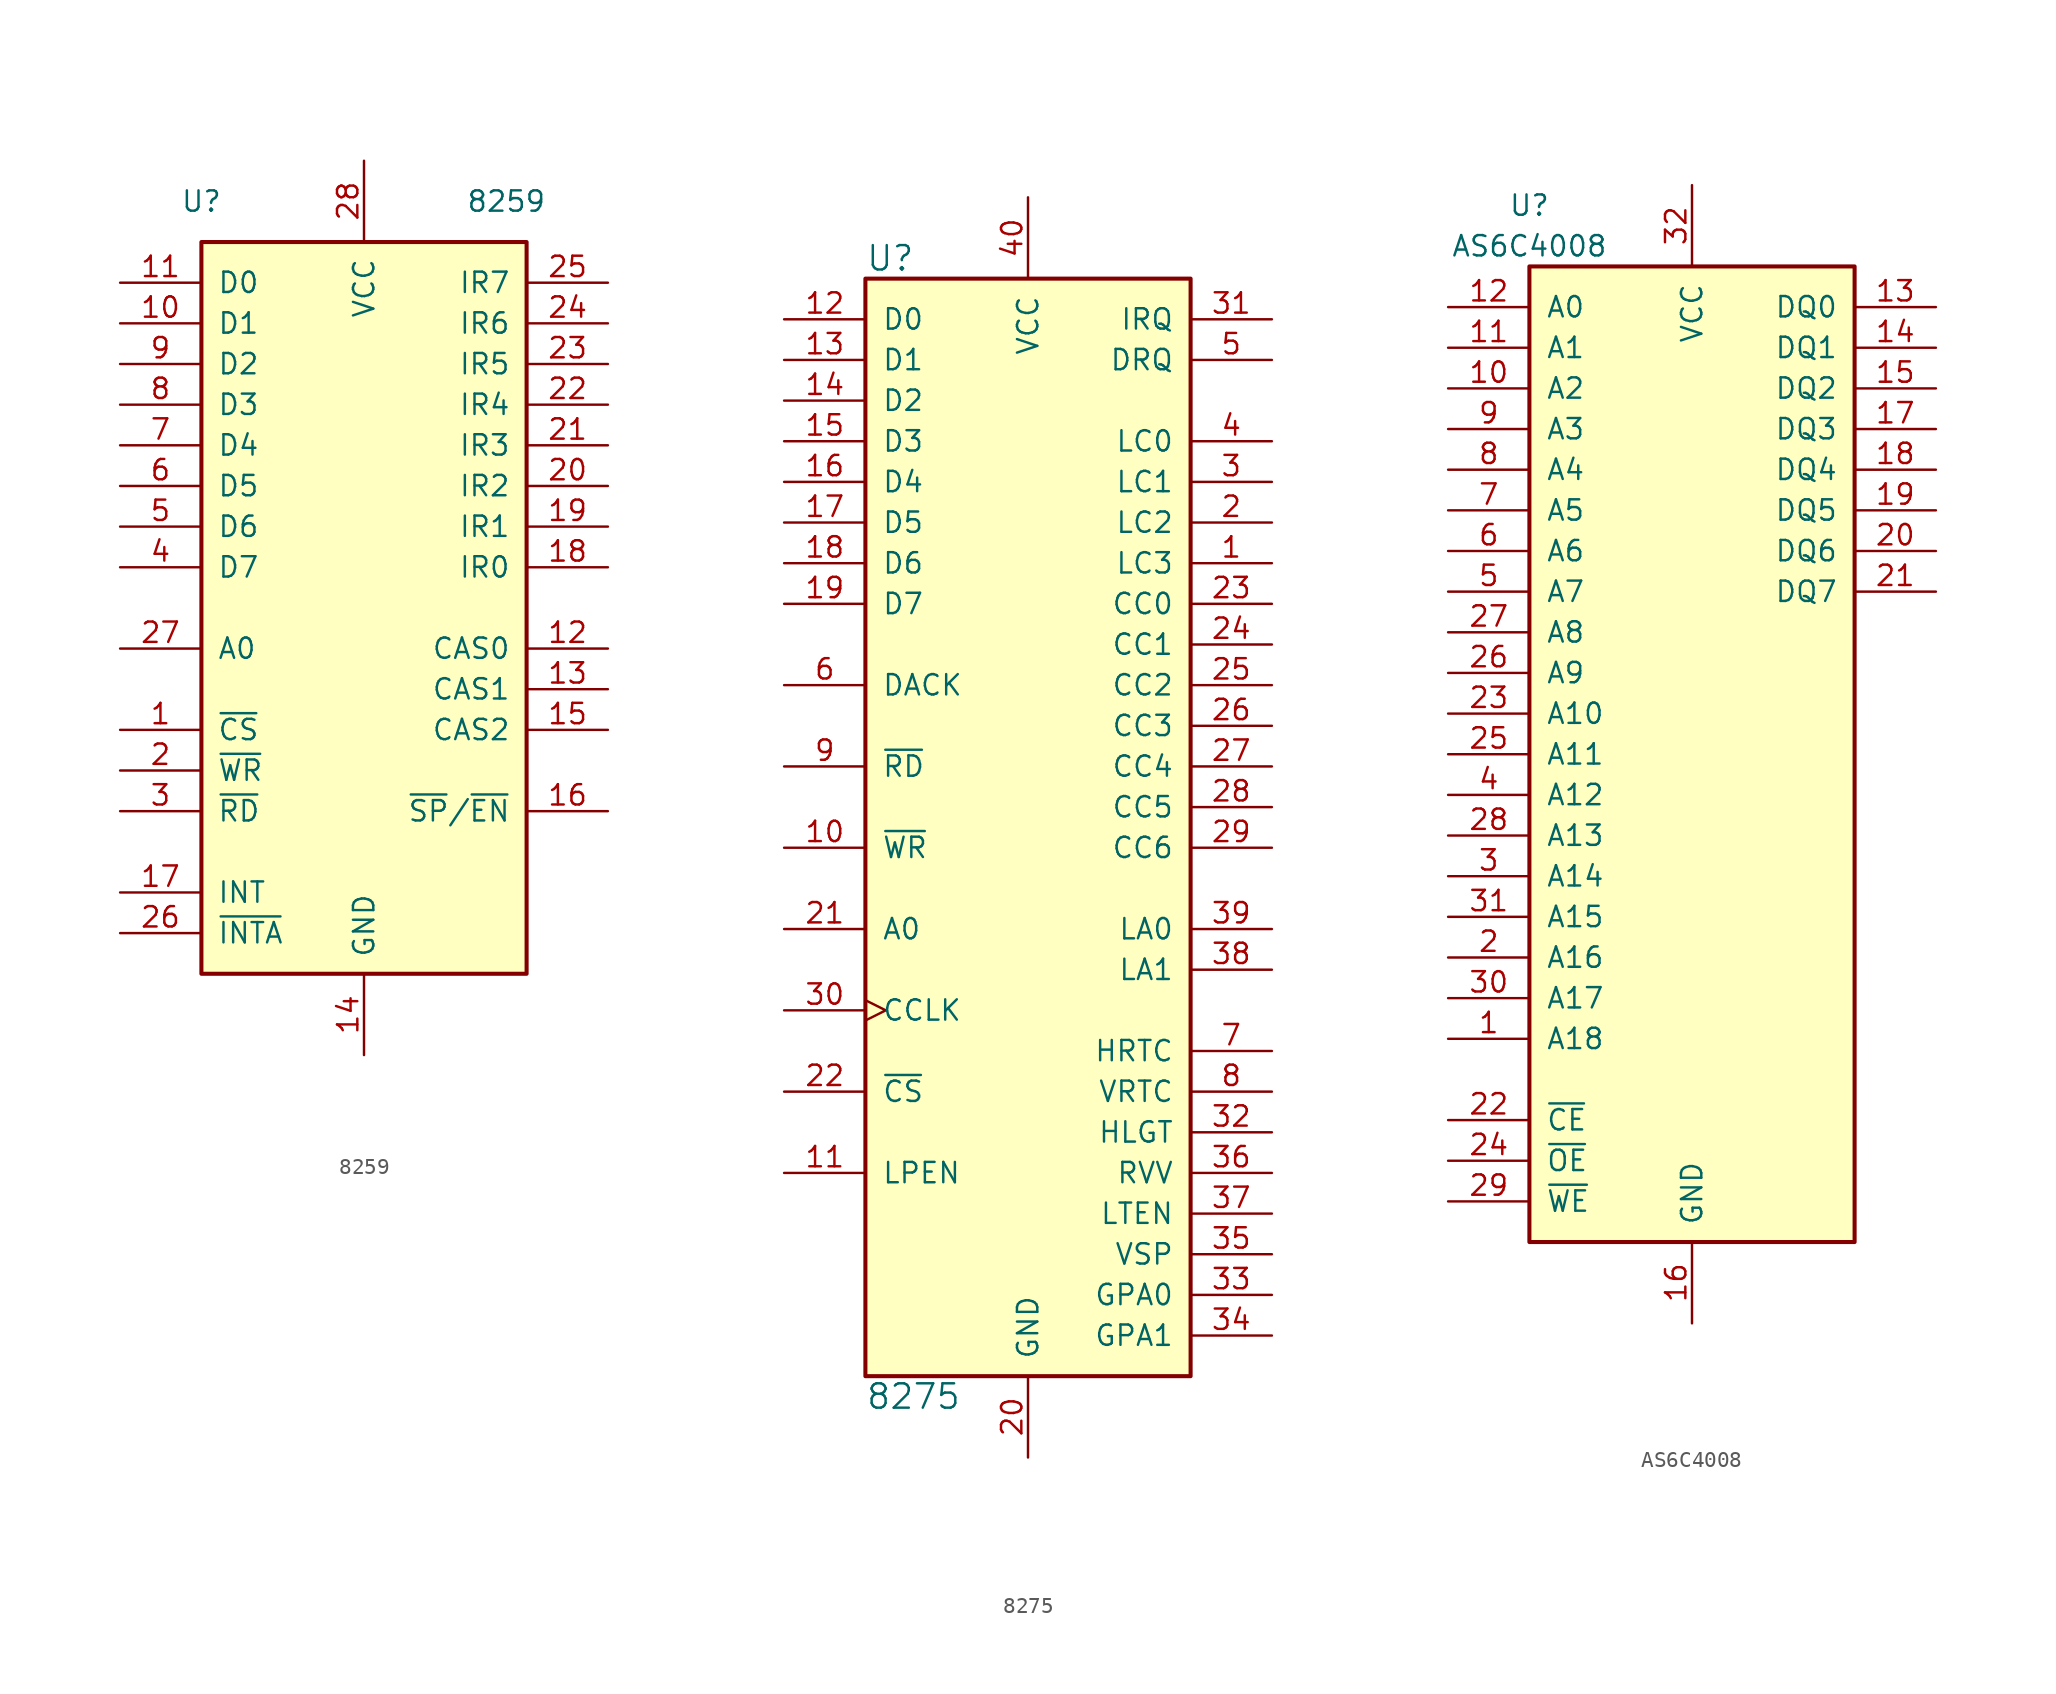
<source format=kicad_sym>
(kicad_symbol_lib
  (version 20211014)
  (generator kicad_symbol_editor)
  (symbol "8259"
    (pin_names
      (offset 1.016))
    (property "Reference" "U"
      (at -10.16 25.4 0)
      (effects (font (size 1.27 1.27))))
    (property "Value" "8259"
      (at 8.89 25.4 0)
      (effects (font (size 1.27 1.27))))
    (symbol "8259_0_1"
      (rectangle (start -10.16 22.86) (end 10.16 -22.86) (stroke (width 0.254) (type default) (color 0 0 0 0)) (fill (type background))))
    (symbol "8259_1_1"
      (pin input line (at -15.24 -7.62 0) (length 5.04) (name "~{CS}" (effects (font (size 1.27 1.27)))) (number "1" (effects (font (size 1.27 1.27)))))
      (pin bidirectional line (at -15.24 17.78 0) (length 5.04) (name "D1" (effects (font (size 1.27 1.27)))) (number "10" (effects (font (size 1.27 1.27)))))
      (pin bidirectional line (at -15.24 20.32 0) (length 5.04) (name "D0" (effects (font (size 1.27 1.27)))) (number "11" (effects (font (size 1.27 1.27)))))
      (pin input line (at 15.24 -2.54 180) (length 5.04) (name "CAS0" (effects (font (size 1.27 1.27)))) (number "12" (effects (font (size 1.27 1.27)))))
      (pin output line (at 15.24 -5.08 180) (length 5.04) (name "CAS1" (effects (font (size 1.27 1.27)))) (number "13" (effects (font (size 1.27 1.27)))))
      (pin power_in line (at 0 -27.94 90) (length 5.04) (name "GND" (effects (font (size 1.27 1.27)))) (number "14" (effects (font (size 1.27 1.27)))))
      (pin output line (at 15.24 -7.62 180) (length 5.04) (name "CAS2" (effects (font (size 1.27 1.27)))) (number "15" (effects (font (size 1.27 1.27)))))
      (pin bidirectional line (at 15.24 -12.7 180) (length 5.04) (name "~{SP}/~{EN}" (effects (font (size 1.27 1.27)))) (number "16" (effects (font (size 1.27 1.27)))))
      (pin output line (at -15.24 -17.78 0) (length 5.04) (name "INT" (effects (font (size 1.27 1.27)))) (number "17" (effects (font (size 1.27 1.27)))))
      (pin input line (at 15.24 2.54 180) (length 5.04) (name "IR0" (effects (font (size 1.27 1.27)))) (number "18" (effects (font (size 1.27 1.27)))))
      (pin input line (at 15.24 5.08 180) (length 5.04) (name "IR1" (effects (font (size 1.27 1.27)))) (number "19" (effects (font (size 1.27 1.27)))))
      (pin input line (at -15.24 -10.16 0) (length 5.04) (name "~{WR}" (effects (font (size 1.27 1.27)))) (number "2" (effects (font (size 1.27 1.27)))))
      (pin input line (at 15.24 7.62 180) (length 5.04) (name "IR2" (effects (font (size 1.27 1.27)))) (number "20" (effects (font (size 1.27 1.27)))))
      (pin input line (at 15.24 10.16 180) (length 5.04) (name "IR3" (effects (font (size 1.27 1.27)))) (number "21" (effects (font (size 1.27 1.27)))))
      (pin input line (at 15.24 12.7 180) (length 5.04) (name "IR4" (effects (font (size 1.27 1.27)))) (number "22" (effects (font (size 1.27 1.27)))))
      (pin input line (at 15.24 15.24 180) (length 5.04) (name "IR5" (effects (font (size 1.27 1.27)))) (number "23" (effects (font (size 1.27 1.27)))))
      (pin input line (at 15.24 17.78 180) (length 5.04) (name "IR6" (effects (font (size 1.27 1.27)))) (number "24" (effects (font (size 1.27 1.27)))))
      (pin input line (at 15.24 20.32 180) (length 5.04) (name "IR7" (effects (font (size 1.27 1.27)))) (number "25" (effects (font (size 1.27 1.27)))))
      (pin input line (at -15.24 -20.32 0) (length 5.04) (name "~{INTA}" (effects (font (size 1.27 1.27)))) (number "26" (effects (font (size 1.27 1.27)))))
      (pin input line (at -15.24 -2.54 0) (length 5.04) (name "A0" (effects (font (size 1.27 1.27)))) (number "27" (effects (font (size 1.27 1.27)))))
      (pin power_in line (at 0 27.94 270) (length 5.04) (name "VCC" (effects (font (size 1.27 1.27)))) (number "28" (effects (font (size 1.27 1.27)))))
      (pin input line (at -15.24 -12.7 0) (length 5.04) (name "~{RD}" (effects (font (size 1.27 1.27)))) (number "3" (effects (font (size 1.27 1.27)))))
      (pin bidirectional line (at -15.24 2.54 0) (length 5.04) (name "D7" (effects (font (size 1.27 1.27)))) (number "4" (effects (font (size 1.27 1.27)))))
      (pin bidirectional line (at -15.24 5.08 0) (length 5.04) (name "D6" (effects (font (size 1.27 1.27)))) (number "5" (effects (font (size 1.27 1.27)))))
      (pin bidirectional line (at -15.24 7.62 0) (length 5.04) (name "D5" (effects (font (size 1.27 1.27)))) (number "6" (effects (font (size 1.27 1.27)))))
      (pin bidirectional line (at -15.24 10.16 0) (length 5.04) (name "D4" (effects (font (size 1.27 1.27)))) (number "7" (effects (font (size 1.27 1.27)))))
      (pin bidirectional line (at -15.24 12.7 0) (length 5.04) (name "D3" (effects (font (size 1.27 1.27)))) (number "8" (effects (font (size 1.27 1.27)))))
      (pin bidirectional line (at -15.24 15.24 0) (length 5.04) (name "D2" (effects (font (size 1.27 1.27)))) (number "9" (effects (font (size 1.27 1.27)))))))
  (symbol "8275"
    (pin_names
      (offset 1.016))
    (property "Reference" "U"
      (at -10.16 35.56 0)
      (effects (font (size 1.524 1.524)) (justify left)))
    (property "Value" "8275"
      (at -10.16 -35.56 0)
      (effects (font (size 1.524 1.524)) (justify left)))
    (symbol "8275_0_1"
      (rectangle (start 10.16 -34.29) (end -10.16 34.29) (stroke (width 0.254) (type default) (color 0 0 0 0)) (fill (type background))))
    (symbol "8275_1_1"
      (pin output line (at 15.24 16.51 180) (length 5.08) (name "LC3" (effects (font (size 1.27 1.27)))) (number "1" (effects (font (size 1.27 1.27)))))
      (pin input line (at -15.24 -1.27 0) (length 5.08) (name "~{WR}" (effects (font (size 1.27 1.27)))) (number "10" (effects (font (size 1.27 1.27)))))
      (pin input line (at -15.24 -21.59 0) (length 5.08) (name "LPEN" (effects (font (size 1.27 1.27)))) (number "11" (effects (font (size 1.27 1.27)))))
      (pin bidirectional line (at -15.24 31.75 0) (length 5.08) (name "D0" (effects (font (size 1.27 1.27)))) (number "12" (effects (font (size 1.27 1.27)))))
      (pin bidirectional line (at -15.24 29.21 0) (length 5.08) (name "D1" (effects (font (size 1.27 1.27)))) (number "13" (effects (font (size 1.27 1.27)))))
      (pin bidirectional line (at -15.24 26.67 0) (length 5.08) (name "D2" (effects (font (size 1.27 1.27)))) (number "14" (effects (font (size 1.27 1.27)))))
      (pin bidirectional line (at -15.24 24.13 0) (length 5.08) (name "D3" (effects (font (size 1.27 1.27)))) (number "15" (effects (font (size 1.27 1.27)))))
      (pin bidirectional line (at -15.24 21.59 0) (length 5.08) (name "D4" (effects (font (size 1.27 1.27)))) (number "16" (effects (font (size 1.27 1.27)))))
      (pin bidirectional line (at -15.24 19.05 0) (length 5.08) (name "D5" (effects (font (size 1.27 1.27)))) (number "17" (effects (font (size 1.27 1.27)))))
      (pin bidirectional line (at -15.24 16.51 0) (length 5.08) (name "D6" (effects (font (size 1.27 1.27)))) (number "18" (effects (font (size 1.27 1.27)))))
      (pin bidirectional line (at -15.24 13.97 0) (length 5.08) (name "D7" (effects (font (size 1.27 1.27)))) (number "19" (effects (font (size 1.27 1.27)))))
      (pin output line (at 15.24 19.05 180) (length 5.08) (name "LC2" (effects (font (size 1.27 1.27)))) (number "2" (effects (font (size 1.27 1.27)))))
      (pin power_in line (at 0 -39.37 90) (length 5.08) (name "GND" (effects (font (size 1.27 1.27)))) (number "20" (effects (font (size 1.27 1.27)))))
      (pin input line (at -15.24 -6.35 0) (length 5.08) (name "A0" (effects (font (size 1.27 1.27)))) (number "21" (effects (font (size 1.27 1.27)))))
      (pin input line (at -15.24 -16.51 0) (length 5.08) (name "~{CS}" (effects (font (size 1.27 1.27)))) (number "22" (effects (font (size 1.27 1.27)))))
      (pin output line (at 15.24 13.97 180) (length 5.08) (name "CC0" (effects (font (size 1.27 1.27)))) (number "23" (effects (font (size 1.27 1.27)))))
      (pin output line (at 15.24 11.43 180) (length 5.08) (name "CC1" (effects (font (size 1.27 1.27)))) (number "24" (effects (font (size 1.27 1.27)))))
      (pin output line (at 15.24 8.89 180) (length 5.08) (name "CC2" (effects (font (size 1.27 1.27)))) (number "25" (effects (font (size 1.27 1.27)))))
      (pin tri_state line (at 15.24 6.35 180) (length 5.08) (name "CC3" (effects (font (size 1.27 1.27)))) (number "26" (effects (font (size 1.27 1.27)))))
      (pin output line (at 15.24 3.81 180) (length 5.08) (name "CC4" (effects (font (size 1.27 1.27)))) (number "27" (effects (font (size 1.27 1.27)))))
      (pin output line (at 15.24 1.27 180) (length 5.08) (name "CC5" (effects (font (size 1.27 1.27)))) (number "28" (effects (font (size 1.27 1.27)))))
      (pin output line (at 15.24 -1.27 180) (length 5.08) (name "CC6" (effects (font (size 1.27 1.27)))) (number "29" (effects (font (size 1.27 1.27)))))
      (pin output line (at 15.24 21.59 180) (length 5.08) (name "LC1" (effects (font (size 1.27 1.27)))) (number "3" (effects (font (size 1.27 1.27)))))
      (pin input clock (at -15.24 -11.43 0) (length 5.08) (name "CCLK" (effects (font (size 1.27 1.27)))) (number "30" (effects (font (size 1.27 1.27)))))
      (pin output line (at 15.24 31.75 180) (length 5.08) (name "IRQ" (effects (font (size 1.27 1.27)))) (number "31" (effects (font (size 1.27 1.27)))))
      (pin output line (at 15.24 -19.05 180) (length 5.08) (name "HLGT" (effects (font (size 1.27 1.27)))) (number "32" (effects (font (size 1.27 1.27)))))
      (pin output line (at 15.24 -29.21 180) (length 5.08) (name "GPA0" (effects (font (size 1.27 1.27)))) (number "33" (effects (font (size 1.27 1.27)))))
      (pin output line (at 15.24 -31.75 180) (length 5.08) (name "GPA1" (effects (font (size 1.27 1.27)))) (number "34" (effects (font (size 1.27 1.27)))))
      (pin output line (at 15.24 -26.67 180) (length 5.08) (name "VSP" (effects (font (size 1.27 1.27)))) (number "35" (effects (font (size 1.27 1.27)))))
      (pin output line (at 15.24 -21.59 180) (length 5.08) (name "RVV" (effects (font (size 1.27 1.27)))) (number "36" (effects (font (size 1.27 1.27)))))
      (pin output line (at 15.24 -24.13 180) (length 5.08) (name "LTEN" (effects (font (size 1.27 1.27)))) (number "37" (effects (font (size 1.27 1.27)))))
      (pin output line (at 15.24 -8.89 180) (length 5.08) (name "LA1" (effects (font (size 1.27 1.27)))) (number "38" (effects (font (size 1.27 1.27)))))
      (pin output line (at 15.24 -6.35 180) (length 5.08) (name "LA0" (effects (font (size 1.27 1.27)))) (number "39" (effects (font (size 1.27 1.27)))))
      (pin output line (at 15.24 24.13 180) (length 5.08) (name "LC0" (effects (font (size 1.27 1.27)))) (number "4" (effects (font (size 1.27 1.27)))))
      (pin power_in line (at 0 39.37 270) (length 5.08) (name "VCC" (effects (font (size 1.27 1.27)))) (number "40" (effects (font (size 1.27 1.27)))))
      (pin output line (at 15.24 29.21 180) (length 5.08) (name "DRQ" (effects (font (size 1.27 1.27)))) (number "5" (effects (font (size 1.27 1.27)))))
      (pin input line (at -15.24 8.89 0) (length 5.08) (name "DACK" (effects (font (size 1.27 1.27)))) (number "6" (effects (font (size 1.27 1.27)))))
      (pin output line (at 15.24 -13.97 180) (length 5.08) (name "HRTC" (effects (font (size 1.27 1.27)))) (number "7" (effects (font (size 1.27 1.27)))))
      (pin output line (at 15.24 -16.51 180) (length 5.08) (name "VRTC" (effects (font (size 1.27 1.27)))) (number "8" (effects (font (size 1.27 1.27)))))
      (pin input line (at -15.24 3.81 0) (length 5.08) (name "~{RD}" (effects (font (size 1.27 1.27)))) (number "9" (effects (font (size 1.27 1.27)))))))
  (symbol "AS6C4008"
    (pin_names
      (offset 1.016))
    (property "Reference" "U"
      (at -10.16 34.29 0)
      (effects (font (size 1.27 1.27))))
    (property "Value" "AS6C4008"
      (at -10.16 31.75 0)
      (effects (font (size 1.27 1.27))))
    (property "Datasheet" ""
      (at 0 0 0)
      (effects (font (size 1.524 1.524))))
    (symbol "AS6C4008_0_1"
      (rectangle (start 10.16 -30.48) (end -10.16 30.48) (stroke (width 0.254) (type default) (color 0 0 0 0)) (fill (type background))))
    (symbol "AS6C4008_1_1"
      (pin input line (at -15.24 -17.78 0) (length 5.08) (name "A18" (effects (font (size 1.27 1.27)))) (number "1" (effects (font (size 1.27 1.27)))))
      (pin input line (at -15.24 22.86 0) (length 5.08) (name "A2" (effects (font (size 1.27 1.27)))) (number "10" (effects (font (size 1.27 1.27)))))
      (pin input line (at -15.24 25.4 0) (length 5.08) (name "A1" (effects (font (size 1.27 1.27)))) (number "11" (effects (font (size 1.27 1.27)))))
      (pin input line (at -15.24 27.94 0) (length 5.08) (name "A0" (effects (font (size 1.27 1.27)))) (number "12" (effects (font (size 1.27 1.27)))))
      (pin bidirectional line (at 15.24 27.94 180) (length 5.08) (name "DQ0" (effects (font (size 1.27 1.27)))) (number "13" (effects (font (size 1.27 1.27)))))
      (pin bidirectional line (at 15.24 25.4 180) (length 5.08) (name "DQ1" (effects (font (size 1.27 1.27)))) (number "14" (effects (font (size 1.27 1.27)))))
      (pin bidirectional line (at 15.24 22.86 180) (length 5.08) (name "DQ2" (effects (font (size 1.27 1.27)))) (number "15" (effects (font (size 1.27 1.27)))))
      (pin power_in line (at 0 -35.56 90) (length 5.08) (name "GND" (effects (font (size 1.27 1.27)))) (number "16" (effects (font (size 1.27 1.27)))))
      (pin bidirectional line (at 15.24 20.32 180) (length 5.08) (name "DQ3" (effects (font (size 1.27 1.27)))) (number "17" (effects (font (size 1.27 1.27)))))
      (pin bidirectional line (at 15.24 17.78 180) (length 5.08) (name "DQ4" (effects (font (size 1.27 1.27)))) (number "18" (effects (font (size 1.27 1.27)))))
      (pin bidirectional line (at 15.24 15.24 180) (length 5.08) (name "DQ5" (effects (font (size 1.27 1.27)))) (number "19" (effects (font (size 1.27 1.27)))))
      (pin input line (at -15.24 -12.7 0) (length 5.08) (name "A16" (effects (font (size 1.27 1.27)))) (number "2" (effects (font (size 1.27 1.27)))))
      (pin bidirectional line (at 15.24 12.7 180) (length 5.08) (name "DQ6" (effects (font (size 1.27 1.27)))) (number "20" (effects (font (size 1.27 1.27)))))
      (pin bidirectional line (at 15.24 10.16 180) (length 5.08) (name "DQ7" (effects (font (size 1.27 1.27)))) (number "21" (effects (font (size 1.27 1.27)))))
      (pin input line (at -15.24 -22.86 0) (length 5.08) (name "~{CE}" (effects (font (size 1.27 1.27)))) (number "22" (effects (font (size 1.27 1.27)))))
      (pin input line (at -15.24 2.54 0) (length 5.08) (name "A10" (effects (font (size 1.27 1.27)))) (number "23" (effects (font (size 1.27 1.27)))))
      (pin input line (at -15.24 -25.4 0) (length 5.08) (name "~{OE}" (effects (font (size 1.27 1.27)))) (number "24" (effects (font (size 1.27 1.27)))))
      (pin input line (at -15.24 0 0) (length 5.08) (name "A11" (effects (font (size 1.27 1.27)))) (number "25" (effects (font (size 1.27 1.27)))))
      (pin input line (at -15.24 5.08 0) (length 5.08) (name "A9" (effects (font (size 1.27 1.27)))) (number "26" (effects (font (size 1.27 1.27)))))
      (pin input line (at -15.24 7.62 0) (length 5.08) (name "A8" (effects (font (size 1.27 1.27)))) (number "27" (effects (font (size 1.27 1.27)))))
      (pin input line (at -15.24 -5.08 0) (length 5.08) (name "A13" (effects (font (size 1.27 1.27)))) (number "28" (effects (font (size 1.27 1.27)))))
      (pin input line (at -15.24 -27.94 0) (length 5.08) (name "~{WE}" (effects (font (size 1.27 1.27)))) (number "29" (effects (font (size 1.27 1.27)))))
      (pin input line (at -15.24 -7.62 0) (length 5.08) (name "A14" (effects (font (size 1.27 1.27)))) (number "3" (effects (font (size 1.27 1.27)))))
      (pin input line (at -15.24 -15.24 0) (length 5.08) (name "A17" (effects (font (size 1.27 1.27)))) (number "30" (effects (font (size 1.27 1.27)))))
      (pin input line (at -15.24 -10.16 0) (length 5.08) (name "A15" (effects (font (size 1.27 1.27)))) (number "31" (effects (font (size 1.27 1.27)))))
      (pin power_in line (at 0 35.56 270) (length 5.08) (name "VCC" (effects (font (size 1.27 1.27)))) (number "32" (effects (font (size 1.27 1.27)))))
      (pin input line (at -15.24 -2.54 0) (length 5.08) (name "A12" (effects (font (size 1.27 1.27)))) (number "4" (effects (font (size 1.27 1.27)))))
      (pin input line (at -15.24 10.16 0) (length 5.08) (name "A7" (effects (font (size 1.27 1.27)))) (number "5" (effects (font (size 1.27 1.27)))))
      (pin input line (at -15.24 12.7 0) (length 5.08) (name "A6" (effects (font (size 1.27 1.27)))) (number "6" (effects (font (size 1.27 1.27)))))
      (pin input line (at -15.24 15.24 0) (length 5.08) (name "A5" (effects (font (size 1.27 1.27)))) (number "7" (effects (font (size 1.27 1.27)))))
      (pin input line (at -15.24 17.78 0) (length 5.08) (name "A4" (effects (font (size 1.27 1.27)))) (number "8" (effects (font (size 1.27 1.27)))))
      (pin input line (at -15.24 20.32 0) (length 5.08) (name "A3" (effects (font (size 1.27 1.27)))) (number "9" (effects (font (size 1.27 1.27))))))))
</source>
